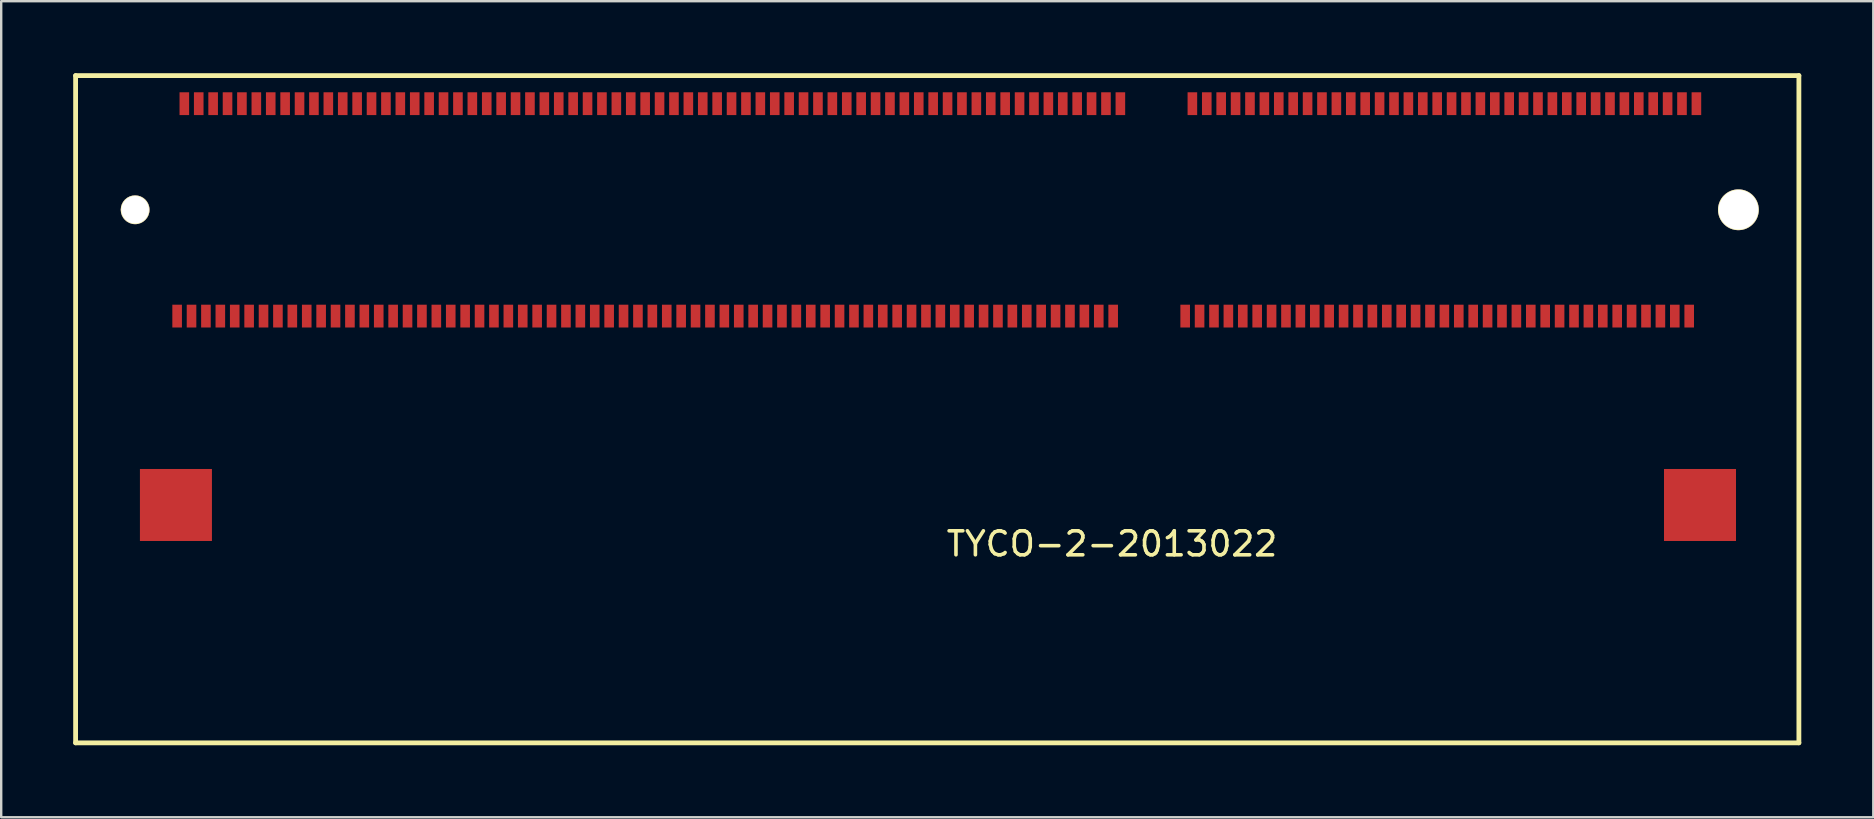
<source format=kicad_pcb>
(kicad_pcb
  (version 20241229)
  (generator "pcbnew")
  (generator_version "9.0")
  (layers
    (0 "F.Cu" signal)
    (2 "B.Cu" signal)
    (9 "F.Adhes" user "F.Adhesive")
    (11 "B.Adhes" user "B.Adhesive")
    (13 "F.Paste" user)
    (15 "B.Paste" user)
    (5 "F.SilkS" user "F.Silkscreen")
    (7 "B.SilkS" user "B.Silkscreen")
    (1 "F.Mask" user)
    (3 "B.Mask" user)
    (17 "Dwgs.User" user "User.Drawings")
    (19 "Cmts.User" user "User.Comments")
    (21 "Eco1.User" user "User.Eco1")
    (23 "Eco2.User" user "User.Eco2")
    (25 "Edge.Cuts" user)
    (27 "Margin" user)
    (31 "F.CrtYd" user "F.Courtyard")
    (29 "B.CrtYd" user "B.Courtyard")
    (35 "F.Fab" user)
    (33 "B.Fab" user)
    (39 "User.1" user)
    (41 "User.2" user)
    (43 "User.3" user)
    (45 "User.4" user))
  (footprint "TYCO-2-2013022"
    (layer "F.Cu")
    (at 67.63 1.27)
    (property "Reference" "TYCO-2-2013022" (at -24.35 18.34 0) (layer "F.SilkS") (effects (font (size 1 1) (thickness 0.15))))
    (attr through_hole)
    (fp_line (start -67.53 -1.17) (end 4.27 -1.17) (stroke (width 0.2) (type solid)) (layer "F.SilkS"))
    (fp_line (start -67.53 26.63) (end -67.53 -1.17) (stroke (width 0.2) (type solid)) (layer "F.SilkS"))
    (fp_line (start 4.27 -1.17) (end 4.27 26.63) (stroke (width 0.2) (type solid)) (layer "F.SilkS"))
    (fp_line (start 4.27 26.63) (end -67.53 26.63) (stroke (width 0.2) (type solid)) (layer "F.SilkS"))
    (pad "" thru_hole circle (at -65.05 4.42) (size 1.2 1.2) (drill 1.15) (layers "*.Cu" "*.Mask" "F.SilkS"))
    (pad "" smd rect (at -63.35 16.72) (size 3 3) (layers "F.Cu" "F.Mask" "F.Paste"))
    (pad "" smd rect (at 0.15 16.72) (size 3 3) (layers "F.Cu" "F.Mask" "F.Paste"))
    (pad "" thru_hole circle (at 1.75 4.42) (size 1.7 1.7) (drill 1.65) (layers "*.Cu" "*.Mask" "F.SilkS"))
    (pad "1" smd rect (at 0 0) (size 0.4 0.95) (layers "F.Cu" "F.Mask" "F.Paste"))
    (pad "2" smd rect (at -0.3 8.85) (size 0.4 0.95) (layers "F.Cu" "F.Mask" "F.Paste"))
    (pad "3" smd rect (at -0.6 0) (size 0.4 0.95) (layers "F.Cu" "F.Mask" "F.Paste"))
    (pad "4" smd rect (at -0.9 8.85) (size 0.4 0.95) (layers "F.Cu" "F.Mask" "F.Paste"))
    (pad "5" smd rect (at -1.2 0) (size 0.4 0.95) (layers "F.Cu" "F.Mask" "F.Paste"))
    (pad "6" smd rect (at -1.5 8.85) (size 0.4 0.95) (layers "F.Cu" "F.Mask" "F.Paste"))
    (pad "7" smd rect (at -1.8 0) (size 0.4 0.95) (layers "F.Cu" "F.Mask" "F.Paste"))
    (pad "8" smd rect (at -2.1 8.85) (size 0.4 0.95) (layers "F.Cu" "F.Mask" "F.Paste"))
    (pad "9" smd rect (at -2.4 0) (size 0.4 0.95) (layers "F.Cu" "F.Mask" "F.Paste"))
    (pad "10" smd rect (at -2.7 8.85) (size 0.4 0.95) (layers "F.Cu" "F.Mask" "F.Paste"))
    (pad "11" smd rect (at -3 0) (size 0.4 0.95) (layers "F.Cu" "F.Mask" "F.Paste"))
    (pad "12" smd rect (at -3.3 8.85) (size 0.4 0.95) (layers "F.Cu" "F.Mask" "F.Paste"))
    (pad "13" smd rect (at -3.6 0) (size 0.4 0.95) (layers "F.Cu" "F.Mask" "F.Paste"))
    (pad "14" smd rect (at -3.9 8.85) (size 0.4 0.95) (layers "F.Cu" "F.Mask" "F.Paste"))
    (pad "15" smd rect (at -4.2 0) (size 0.4 0.95) (layers "F.Cu" "F.Mask" "F.Paste"))
    (pad "16" smd rect (at -4.5 8.85) (size 0.4 0.95) (layers "F.Cu" "F.Mask" "F.Paste"))
    (pad "17" smd rect (at -4.8 0) (size 0.4 0.95) (layers "F.Cu" "F.Mask" "F.Paste"))
    (pad "18" smd rect (at -5.1 8.85) (size 0.4 0.95) (layers "F.Cu" "F.Mask" "F.Paste"))
    (pad "19" smd rect (at -5.4 0) (size 0.4 0.95) (layers "F.Cu" "F.Mask" "F.Paste"))
    (pad "20" smd rect (at -5.7 8.85) (size 0.4 0.95) (layers "F.Cu" "F.Mask" "F.Paste"))
    (pad "21" smd rect (at -6 0) (size 0.4 0.95) (layers "F.Cu" "F.Mask" "F.Paste"))
    (pad "22" smd rect (at -6.3 8.85) (size 0.4 0.95) (layers "F.Cu" "F.Mask" "F.Paste"))
    (pad "23" smd rect (at -6.6 0) (size 0.4 0.95) (layers "F.Cu" "F.Mask" "F.Paste"))
    (pad "24" smd rect (at -6.9 8.85) (size 0.4 0.95) (layers "F.Cu" "F.Mask" "F.Paste"))
    (pad "25" smd rect (at -7.2 0) (size 0.4 0.95) (layers "F.Cu" "F.Mask" "F.Paste"))
    (pad "26" smd rect (at -7.5 8.85) (size 0.4 0.95) (layers "F.Cu" "F.Mask" "F.Paste"))
    (pad "27" smd rect (at -7.8 0) (size 0.4 0.95) (layers "F.Cu" "F.Mask" "F.Paste"))
    (pad "28" smd rect (at -8.1 8.85) (size 0.4 0.95) (layers "F.Cu" "F.Mask" "F.Paste"))
    (pad "29" smd rect (at -8.4 0) (size 0.4 0.95) (layers "F.Cu" "F.Mask" "F.Paste"))
    (pad "30" smd rect (at -8.7 8.85) (size 0.4 0.95) (layers "F.Cu" "F.Mask" "F.Paste"))
    (pad "31" smd rect (at -9 0) (size 0.4 0.95) (layers "F.Cu" "F.Mask" "F.Paste"))
    (pad "32" smd rect (at -9.3 8.85) (size 0.4 0.95) (layers "F.Cu" "F.Mask" "F.Paste"))
    (pad "33" smd rect (at -9.6 0) (size 0.4 0.95) (layers "F.Cu" "F.Mask" "F.Paste"))
    (pad "34" smd rect (at -9.9 8.85) (size 0.4 0.95) (layers "F.Cu" "F.Mask" "F.Paste"))
    (pad "35" smd rect (at -10.2 0) (size 0.4 0.95) (layers "F.Cu" "F.Mask" "F.Paste"))
    (pad "36" smd rect (at -10.5 8.85) (size 0.4 0.95) (layers "F.Cu" "F.Mask" "F.Paste"))
    (pad "37" smd rect (at -10.8 0) (size 0.4 0.95) (layers "F.Cu" "F.Mask" "F.Paste"))
    (pad "38" smd rect (at -11.1 8.85) (size 0.4 0.95) (layers "F.Cu" "F.Mask" "F.Paste"))
    (pad "39" smd rect (at -11.4 0) (size 0.4 0.95) (layers "F.Cu" "F.Mask" "F.Paste"))
    (pad "40" smd rect (at -11.7 8.85) (size 0.4 0.95) (layers "F.Cu" "F.Mask" "F.Paste"))
    (pad "41" smd rect (at -12 0) (size 0.4 0.95) (layers "F.Cu" "F.Mask" "F.Paste"))
    (pad "42" smd rect (at -12.3 8.85) (size 0.4 0.95) (layers "F.Cu" "F.Mask" "F.Paste"))
    (pad "43" smd rect (at -12.6 0) (size 0.4 0.95) (layers "F.Cu" "F.Mask" "F.Paste"))
    (pad "44" smd rect (at -12.9 8.85) (size 0.4 0.95) (layers "F.Cu" "F.Mask" "F.Paste"))
    (pad "45" smd rect (at -13.2 0) (size 0.4 0.95) (layers "F.Cu" "F.Mask" "F.Paste"))
    (pad "46" smd rect (at -13.5 8.85) (size 0.4 0.95) (layers "F.Cu" "F.Mask" "F.Paste"))
    (pad "47" smd rect (at -13.8 0) (size 0.4 0.95) (layers "F.Cu" "F.Mask" "F.Paste"))
    (pad "48" smd rect (at -14.1 8.85) (size 0.4 0.95) (layers "F.Cu" "F.Mask" "F.Paste"))
    (pad "49" smd rect (at -14.4 0) (size 0.4 0.95) (layers "F.Cu" "F.Mask" "F.Paste"))
    (pad "50" smd rect (at -14.7 8.85) (size 0.4 0.95) (layers "F.Cu" "F.Mask" "F.Paste"))
    (pad "51" smd rect (at -15 0) (size 0.4 0.95) (layers "F.Cu" "F.Mask" "F.Paste"))
    (pad "52" smd rect (at -15.3 8.85) (size 0.4 0.95) (layers "F.Cu" "F.Mask" "F.Paste"))
    (pad "53" smd rect (at -15.6 0) (size 0.4 0.95) (layers "F.Cu" "F.Mask" "F.Paste"))
    (pad "54" smd rect (at -15.9 8.85) (size 0.4 0.95) (layers "F.Cu" "F.Mask" "F.Paste"))
    (pad "55" smd rect (at -16.2 0) (size 0.4 0.95) (layers "F.Cu" "F.Mask" "F.Paste"))
    (pad "56" smd rect (at -16.5 8.85) (size 0.4 0.95) (layers "F.Cu" "F.Mask" "F.Paste"))
    (pad "57" smd rect (at -16.8 0) (size 0.4 0.95) (layers "F.Cu" "F.Mask" "F.Paste"))
    (pad "58" smd rect (at -17.1 8.85) (size 0.4 0.95) (layers "F.Cu" "F.Mask" "F.Paste"))
    (pad "59" smd rect (at -17.4 0) (size 0.4 0.95) (layers "F.Cu" "F.Mask" "F.Paste"))
    (pad "60" smd rect (at -17.7 8.85) (size 0.4 0.95) (layers "F.Cu" "F.Mask" "F.Paste"))
    (pad "61" smd rect (at -18 0) (size 0.4 0.95) (layers "F.Cu" "F.Mask" "F.Paste"))
    (pad "62" smd rect (at -18.3 8.85) (size 0.4 0.95) (layers "F.Cu" "F.Mask" "F.Paste"))
    (pad "63" smd rect (at -18.6 0) (size 0.4 0.95) (layers "F.Cu" "F.Mask" "F.Paste"))
    (pad "64" smd rect (at -18.9 8.85) (size 0.4 0.95) (layers "F.Cu" "F.Mask" "F.Paste"))
    (pad "65" smd rect (at -19.2 0) (size 0.4 0.95) (layers "F.Cu" "F.Mask" "F.Paste"))
    (pad "66" smd rect (at -19.5 8.85) (size 0.4 0.95) (layers "F.Cu" "F.Mask" "F.Paste"))
    (pad "67" smd rect (at -19.8 0) (size 0.4 0.95) (layers "F.Cu" "F.Mask" "F.Paste"))
    (pad "68" smd rect (at -20.1 8.85) (size 0.4 0.95) (layers "F.Cu" "F.Mask" "F.Paste"))
    (pad "69" smd rect (at -20.4 0) (size 0.4 0.95) (layers "F.Cu" "F.Mask" "F.Paste"))
    (pad "70" smd rect (at -20.7 8.85) (size 0.4 0.95) (layers "F.Cu" "F.Mask" "F.Paste"))
    (pad "71" smd rect (at -21 0) (size 0.4 0.95) (layers "F.Cu" "F.Mask" "F.Paste"))
    (pad "72" smd rect (at -21.3 8.85) (size 0.4 0.95) (layers "F.Cu" "F.Mask" "F.Paste"))
    (pad "73" smd rect (at -24 0) (size 0.4 0.95) (layers "F.Cu" "F.Mask" "F.Paste"))
    (pad "74" smd rect (at -24.3 8.85) (size 0.4 0.95) (layers "F.Cu" "F.Mask" "F.Paste"))
    (pad "75" smd rect (at -24.6 0) (size 0.4 0.95) (layers "F.Cu" "F.Mask" "F.Paste"))
    (pad "76" smd rect (at -24.9 8.85) (size 0.4 0.95) (layers "F.Cu" "F.Mask" "F.Paste"))
    (pad "77" smd rect (at -25.2 0) (size 0.4 0.95) (layers "F.Cu" "F.Mask" "F.Paste"))
    (pad "78" smd rect (at -25.5 8.85) (size 0.4 0.95) (layers "F.Cu" "F.Mask" "F.Paste"))
    (pad "79" smd rect (at -25.8 0) (size 0.4 0.95) (layers "F.Cu" "F.Mask" "F.Paste"))
    (pad "80" smd rect (at -26.1 8.85) (size 0.4 0.95) (layers "F.Cu" "F.Mask" "F.Paste"))
    (pad "81" smd rect (at -26.4 0) (size 0.4 0.95) (layers "F.Cu" "F.Mask" "F.Paste"))
    (pad "82" smd rect (at -26.7 8.85) (size 0.4 0.95) (layers "F.Cu" "F.Mask" "F.Paste"))
    (pad "83" smd rect (at -27 0) (size 0.4 0.95) (layers "F.Cu" "F.Mask" "F.Paste"))
    (pad "84" smd rect (at -27.3 8.85) (size 0.4 0.95) (layers "F.Cu" "F.Mask" "F.Paste"))
    (pad "85" smd rect (at -27.6 0) (size 0.4 0.95) (layers "F.Cu" "F.Mask" "F.Paste"))
    (pad "86" smd rect (at -27.9 8.85) (size 0.4 0.95) (layers "F.Cu" "F.Mask" "F.Paste"))
    (pad "87" smd rect (at -28.2 0) (size 0.4 0.95) (layers "F.Cu" "F.Mask" "F.Paste"))
    (pad "88" smd rect (at -28.5 8.85) (size 0.4 0.95) (layers "F.Cu" "F.Mask" "F.Paste"))
    (pad "89" smd rect (at -28.8 0) (size 0.4 0.95) (layers "F.Cu" "F.Mask" "F.Paste"))
    (pad "90" smd rect (at -29.1 8.85) (size 0.4 0.95) (layers "F.Cu" "F.Mask" "F.Paste"))
    (pad "91" smd rect (at -29.4 0) (size 0.4 0.95) (layers "F.Cu" "F.Mask" "F.Paste"))
    (pad "92" smd rect (at -29.7 8.85) (size 0.4 0.95) (layers "F.Cu" "F.Mask" "F.Paste"))
    (pad "93" smd rect (at -30 0) (size 0.4 0.95) (layers "F.Cu" "F.Mask" "F.Paste"))
    (pad "94" smd rect (at -30.3 8.85) (size 0.4 0.95) (layers "F.Cu" "F.Mask" "F.Paste"))
    (pad "95" smd rect (at -30.6 0) (size 0.4 0.95) (layers "F.Cu" "F.Mask" "F.Paste"))
    (pad "96" smd rect (at -30.9 8.85) (size 0.4 0.95) (layers "F.Cu" "F.Mask" "F.Paste"))
    (pad "97" smd rect (at -31.2 0) (size 0.4 0.95) (layers "F.Cu" "F.Mask" "F.Paste"))
    (pad "98" smd rect (at -31.5 8.85) (size 0.4 0.95) (layers "F.Cu" "F.Mask" "F.Paste"))
    (pad "99" smd rect (at -31.8 0) (size 0.4 0.95) (layers "F.Cu" "F.Mask" "F.Paste"))
    (pad "100" smd rect (at -32.1 8.85) (size 0.4 0.95) (layers "F.Cu" "F.Mask" "F.Paste"))
    (pad "101" smd rect (at -32.4 0) (size 0.4 0.95) (layers "F.Cu" "F.Mask" "F.Paste"))
    (pad "102" smd rect (at -32.7 8.85) (size 0.4 0.95) (layers "F.Cu" "F.Mask" "F.Paste"))
    (pad "103" smd rect (at -33 0) (size 0.4 0.95) (layers "F.Cu" "F.Mask" "F.Paste"))
    (pad "104" smd rect (at -33.3 8.85) (size 0.4 0.95) (layers "F.Cu" "F.Mask" "F.Paste"))
    (pad "105" smd rect (at -33.6 0) (size 0.4 0.95) (layers "F.Cu" "F.Mask" "F.Paste"))
    (pad "106" smd rect (at -33.9 8.85) (size 0.4 0.95) (layers "F.Cu" "F.Mask" "F.Paste"))
    (pad "107" smd rect (at -34.2 0) (size 0.4 0.95) (layers "F.Cu" "F.Mask" "F.Paste"))
    (pad "108" smd rect (at -34.5 8.85) (size 0.4 0.95) (layers "F.Cu" "F.Mask" "F.Paste"))
    (pad "109" smd rect (at -34.8 0) (size 0.4 0.95) (layers "F.Cu" "F.Mask" "F.Paste"))
    (pad "110" smd rect (at -35.1 8.85) (size 0.4 0.95) (layers "F.Cu" "F.Mask" "F.Paste"))
    (pad "111" smd rect (at -35.4 0) (size 0.4 0.95) (layers "F.Cu" "F.Mask" "F.Paste"))
    (pad "112" smd rect (at -35.7 8.85) (size 0.4 0.95) (layers "F.Cu" "F.Mask" "F.Paste"))
    (pad "113" smd rect (at -36 0) (size 0.4 0.95) (layers "F.Cu" "F.Mask" "F.Paste"))
    (pad "114" smd rect (at -36.3 8.85) (size 0.4 0.95) (layers "F.Cu" "F.Mask" "F.Paste"))
    (pad "115" smd rect (at -36.6 0) (size 0.4 0.95) (layers "F.Cu" "F.Mask" "F.Paste"))
    (pad "116" smd rect (at -36.9 8.85) (size 0.4 0.95) (layers "F.Cu" "F.Mask" "F.Paste"))
    (pad "117" smd rect (at -37.2 0) (size 0.4 0.95) (layers "F.Cu" "F.Mask" "F.Paste"))
    (pad "118" smd rect (at -37.5 8.85) (size 0.4 0.95) (layers "F.Cu" "F.Mask" "F.Paste"))
    (pad "119" smd rect (at -37.8 0) (size 0.4 0.95) (layers "F.Cu" "F.Mask" "F.Paste"))
    (pad "120" smd rect (at -38.1 8.85) (size 0.4 0.95) (layers "F.Cu" "F.Mask" "F.Paste"))
    (pad "121" smd rect (at -38.4 0) (size 0.4 0.95) (layers "F.Cu" "F.Mask" "F.Paste"))
    (pad "122" smd rect (at -38.7 8.85) (size 0.4 0.95) (layers "F.Cu" "F.Mask" "F.Paste"))
    (pad "123" smd rect (at -39 0) (size 0.4 0.95) (layers "F.Cu" "F.Mask" "F.Paste"))
    (pad "124" smd rect (at -39.3 8.85) (size 0.4 0.95) (layers "F.Cu" "F.Mask" "F.Paste"))
    (pad "125" smd rect (at -39.6 0) (size 0.4 0.95) (layers "F.Cu" "F.Mask" "F.Paste"))
    (pad "126" smd rect (at -39.9 8.85) (size 0.4 0.95) (layers "F.Cu" "F.Mask" "F.Paste"))
    (pad "127" smd rect (at -40.2 0) (size 0.4 0.95) (layers "F.Cu" "F.Mask" "F.Paste"))
    (pad "128" smd rect (at -40.5 8.85) (size 0.4 0.95) (layers "F.Cu" "F.Mask" "F.Paste"))
    (pad "129" smd rect (at -40.8 0) (size 0.4 0.95) (layers "F.Cu" "F.Mask" "F.Paste"))
    (pad "130" smd rect (at -41.1 8.85) (size 0.4 0.95) (layers "F.Cu" "F.Mask" "F.Paste"))
    (pad "131" smd rect (at -41.4 0) (size 0.4 0.95) (layers "F.Cu" "F.Mask" "F.Paste"))
    (pad "132" smd rect (at -41.7 8.85) (size 0.4 0.95) (layers "F.Cu" "F.Mask" "F.Paste"))
    (pad "133" smd rect (at -42 0) (size 0.4 0.95) (layers "F.Cu" "F.Mask" "F.Paste"))
    (pad "134" smd rect (at -42.3 8.85) (size 0.4 0.95) (layers "F.Cu" "F.Mask" "F.Paste"))
    (pad "135" smd rect (at -42.6 0) (size 0.4 0.95) (layers "F.Cu" "F.Mask" "F.Paste"))
    (pad "136" smd rect (at -42.9 8.85) (size 0.4 0.95) (layers "F.Cu" "F.Mask" "F.Paste"))
    (pad "137" smd rect (at -43.2 0) (size 0.4 0.95) (layers "F.Cu" "F.Mask" "F.Paste"))
    (pad "138" smd rect (at -43.5 8.85) (size 0.4 0.95) (layers "F.Cu" "F.Mask" "F.Paste"))
    (pad "139" smd rect (at -43.8 0) (size 0.4 0.95) (layers "F.Cu" "F.Mask" "F.Paste"))
    (pad "140" smd rect (at -44.1 8.85) (size 0.4 0.95) (layers "F.Cu" "F.Mask" "F.Paste"))
    (pad "141" smd rect (at -44.4 0) (size 0.4 0.95) (layers "F.Cu" "F.Mask" "F.Paste"))
    (pad "142" smd rect (at -44.7 8.85) (size 0.4 0.95) (layers "F.Cu" "F.Mask" "F.Paste"))
    (pad "143" smd rect (at -45 0) (size 0.4 0.95) (layers "F.Cu" "F.Mask" "F.Paste"))
    (pad "144" smd rect (at -45.3 8.85) (size 0.4 0.95) (layers "F.Cu" "F.Mask" "F.Paste"))
    (pad "145" smd rect (at -45.6 0) (size 0.4 0.95) (layers "F.Cu" "F.Mask" "F.Paste"))
    (pad "146" smd rect (at -45.9 8.85) (size 0.4 0.95) (layers "F.Cu" "F.Mask" "F.Paste"))
    (pad "147" smd rect (at -46.2 0) (size 0.4 0.95) (layers "F.Cu" "F.Mask" "F.Paste"))
    (pad "148" smd rect (at -46.5 8.85) (size 0.4 0.95) (layers "F.Cu" "F.Mask" "F.Paste"))
    (pad "149" smd rect (at -46.8 0) (size 0.4 0.95) (layers "F.Cu" "F.Mask" "F.Paste"))
    (pad "150" smd rect (at -47.1 8.85) (size 0.4 0.95) (layers "F.Cu" "F.Mask" "F.Paste"))
    (pad "151" smd rect (at -47.4 0) (size 0.4 0.95) (layers "F.Cu" "F.Mask" "F.Paste"))
    (pad "152" smd rect (at -47.7 8.85) (size 0.4 0.95) (layers "F.Cu" "F.Mask" "F.Paste"))
    (pad "153" smd rect (at -48 0) (size 0.4 0.95) (layers "F.Cu" "F.Mask" "F.Paste"))
    (pad "154" smd rect (at -48.3 8.85) (size 0.4 0.95) (layers "F.Cu" "F.Mask" "F.Paste"))
    (pad "155" smd rect (at -48.6 0) (size 0.4 0.95) (layers "F.Cu" "F.Mask" "F.Paste"))
    (pad "156" smd rect (at -48.9 8.85) (size 0.4 0.95) (layers "F.Cu" "F.Mask" "F.Paste"))
    (pad "157" smd rect (at -49.2 0) (size 0.4 0.95) (layers "F.Cu" "F.Mask" "F.Paste"))
    (pad "158" smd rect (at -49.5 8.85) (size 0.4 0.95) (layers "F.Cu" "F.Mask" "F.Paste"))
    (pad "159" smd rect (at -49.8 0) (size 0.4 0.95) (layers "F.Cu" "F.Mask" "F.Paste"))
    (pad "160" smd rect (at -50.1 8.85) (size 0.4 0.95) (layers "F.Cu" "F.Mask" "F.Paste"))
    (pad "161" smd rect (at -50.4 0) (size 0.4 0.95) (layers "F.Cu" "F.Mask" "F.Paste"))
    (pad "162" smd rect (at -50.7 8.85) (size 0.4 0.95) (layers "F.Cu" "F.Mask" "F.Paste"))
    (pad "163" smd rect (at -51 0) (size 0.4 0.95) (layers "F.Cu" "F.Mask" "F.Paste"))
    (pad "164" smd rect (at -51.3 8.85) (size 0.4 0.95) (layers "F.Cu" "F.Mask" "F.Paste"))
    (pad "165" smd rect (at -51.6 0) (size 0.4 0.95) (layers "F.Cu" "F.Mask" "F.Paste"))
    (pad "166" smd rect (at -51.9 8.85) (size 0.4 0.95) (layers "F.Cu" "F.Mask" "F.Paste"))
    (pad "167" smd rect (at -52.2 0) (size 0.4 0.95) (layers "F.Cu" "F.Mask" "F.Paste"))
    (pad "168" smd rect (at -52.5 8.85) (size 0.4 0.95) (layers "F.Cu" "F.Mask" "F.Paste"))
    (pad "169" smd rect (at -52.8 0) (size 0.4 0.95) (layers "F.Cu" "F.Mask" "F.Paste"))
    (pad "170" smd rect (at -53.1 8.85) (size 0.4 0.95) (layers "F.Cu" "F.Mask" "F.Paste"))
    (pad "171" smd rect (at -53.4 0) (size 0.4 0.95) (layers "F.Cu" "F.Mask" "F.Paste"))
    (pad "172" smd rect (at -53.7 8.85) (size 0.4 0.95) (layers "F.Cu" "F.Mask" "F.Paste"))
    (pad "173" smd rect (at -54 0) (size 0.4 0.95) (layers "F.Cu" "F.Mask" "F.Paste"))
    (pad "174" smd rect (at -54.3 8.85) (size 0.4 0.95) (layers "F.Cu" "F.Mask" "F.Paste"))
    (pad "175" smd rect (at -54.6 0) (size 0.4 0.95) (layers "F.Cu" "F.Mask" "F.Paste"))
    (pad "176" smd rect (at -54.9 8.85) (size 0.4 0.95) (layers "F.Cu" "F.Mask" "F.Paste"))
    (pad "177" smd rect (at -55.2 0) (size 0.4 0.95) (layers "F.Cu" "F.Mask" "F.Paste"))
    (pad "178" smd rect (at -55.5 8.85) (size 0.4 0.95) (layers "F.Cu" "F.Mask" "F.Paste"))
    (pad "179" smd rect (at -55.8 0) (size 0.4 0.95) (layers "F.Cu" "F.Mask" "F.Paste"))
    (pad "180" smd rect (at -56.1 8.85) (size 0.4 0.95) (layers "F.Cu" "F.Mask" "F.Paste"))
    (pad "181" smd rect (at -56.4 0) (size 0.4 0.95) (layers "F.Cu" "F.Mask" "F.Paste"))
    (pad "182" smd rect (at -56.7 8.85) (size 0.4 0.95) (layers "F.Cu" "F.Mask" "F.Paste"))
    (pad "183" smd rect (at -57 0) (size 0.4 0.95) (layers "F.Cu" "F.Mask" "F.Paste"))
    (pad "184" smd rect (at -57.3 8.85) (size 0.4 0.95) (layers "F.Cu" "F.Mask" "F.Paste"))
    (pad "185" smd rect (at -57.6 0) (size 0.4 0.95) (layers "F.Cu" "F.Mask" "F.Paste"))
    (pad "186" smd rect (at -57.9 8.85) (size 0.4 0.95) (layers "F.Cu" "F.Mask" "F.Paste"))
    (pad "187" smd rect (at -58.2 0) (size 0.4 0.95) (layers "F.Cu" "F.Mask" "F.Paste"))
    (pad "188" smd rect (at -58.5 8.85) (size 0.4 0.95) (layers "F.Cu" "F.Mask" "F.Paste"))
    (pad "189" smd rect (at -58.8 0) (size 0.4 0.95) (layers "F.Cu" "F.Mask" "F.Paste"))
    (pad "190" smd rect (at -59.1 8.85) (size 0.4 0.95) (layers "F.Cu" "F.Mask" "F.Paste"))
    (pad "191" smd rect (at -59.4 0) (size 0.4 0.95) (layers "F.Cu" "F.Mask" "F.Paste"))
    (pad "192" smd rect (at -59.7 8.85) (size 0.4 0.95) (layers "F.Cu" "F.Mask" "F.Paste"))
    (pad "193" smd rect (at -60 0) (size 0.4 0.95) (layers "F.Cu" "F.Mask" "F.Paste"))
    (pad "194" smd rect (at -60.3 8.85) (size 0.4 0.95) (layers "F.Cu" "F.Mask" "F.Paste"))
    (pad "195" smd rect (at -60.6 0) (size 0.4 0.95) (layers "F.Cu" "F.Mask" "F.Paste"))
    (pad "196" smd rect (at -60.9 8.85) (size 0.4 0.95) (layers "F.Cu" "F.Mask" "F.Paste"))
    (pad "197" smd rect (at -61.2 0) (size 0.4 0.95) (layers "F.Cu" "F.Mask" "F.Paste"))
    (pad "198" smd rect (at -61.5 8.85) (size 0.4 0.95) (layers "F.Cu" "F.Mask" "F.Paste"))
    (pad "199" smd rect (at -61.8 0) (size 0.4 0.95) (layers "F.Cu" "F.Mask" "F.Paste"))
    (pad "200" smd rect (at -62.1 8.85) (size 0.4 0.95) (layers "F.Cu" "F.Mask" "F.Paste"))
    (pad "201" smd rect (at -62.4 0) (size 0.4 0.95) (layers "F.Cu" "F.Mask" "F.Paste"))
    (pad "202" smd rect (at -62.7 8.85) (size 0.4 0.95) (layers "F.Cu" "F.Mask" "F.Paste"))
    (pad "203" smd rect (at -63 0) (size 0.4 0.95) (layers "F.Cu" "F.Mask" "F.Paste"))
    (pad "204" smd rect (at -63.3 8.85) (size 0.4 0.95) (layers "F.Cu" "F.Mask" "F.Paste")))
  (gr_rect
    (start -3 -3)
    (end 75 31)
    (stroke (width 0.1) (type default))
    (fill no)
    (layer "Edge.Cuts")))
</source>
